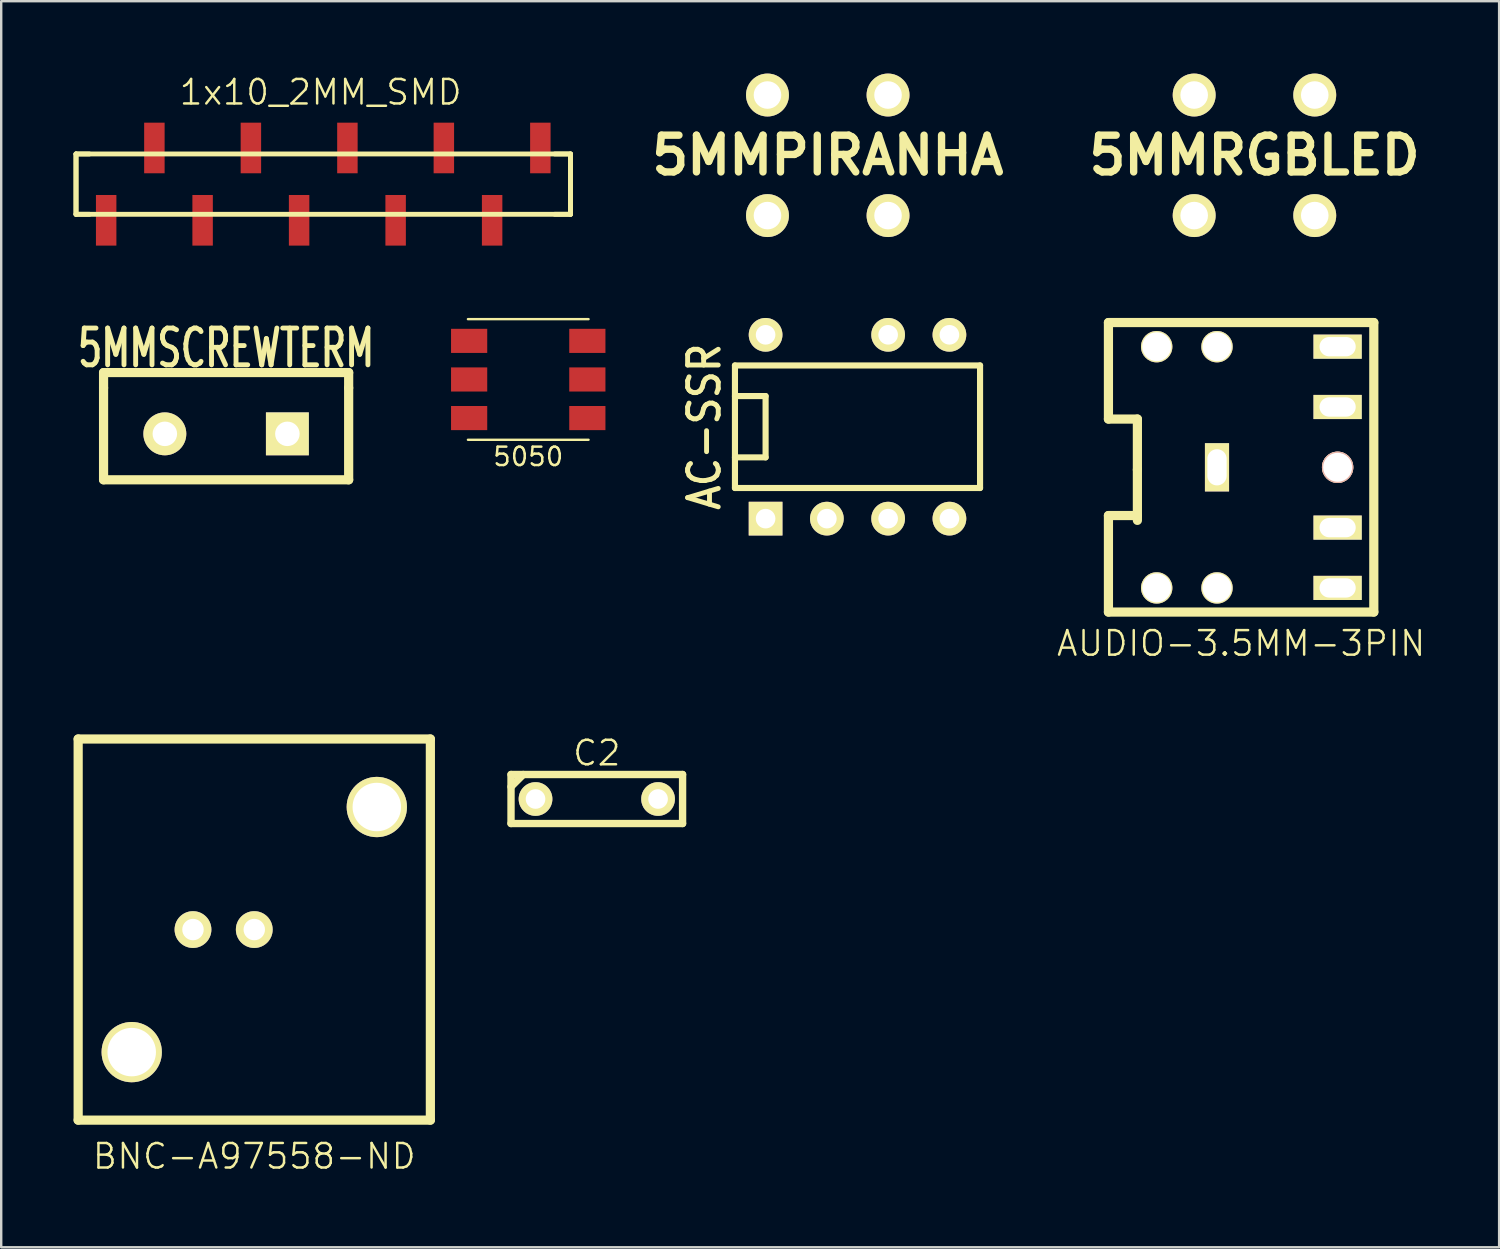
<source format=kicad_pcb>
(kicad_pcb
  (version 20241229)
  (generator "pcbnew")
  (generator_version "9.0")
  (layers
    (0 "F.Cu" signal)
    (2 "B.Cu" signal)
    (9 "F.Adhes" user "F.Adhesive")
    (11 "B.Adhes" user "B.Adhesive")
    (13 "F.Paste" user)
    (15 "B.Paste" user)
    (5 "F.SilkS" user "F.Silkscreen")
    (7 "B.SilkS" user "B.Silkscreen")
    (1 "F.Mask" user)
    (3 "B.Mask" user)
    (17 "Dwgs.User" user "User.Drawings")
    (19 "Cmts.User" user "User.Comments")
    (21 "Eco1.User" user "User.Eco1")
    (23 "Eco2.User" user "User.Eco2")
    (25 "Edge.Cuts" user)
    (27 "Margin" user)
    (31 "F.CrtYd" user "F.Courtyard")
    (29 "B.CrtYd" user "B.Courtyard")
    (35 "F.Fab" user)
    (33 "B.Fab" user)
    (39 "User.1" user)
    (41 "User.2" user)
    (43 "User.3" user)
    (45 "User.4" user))
  (footprint "BNC-A97558-ND"
    (layer "F.Cu")
    (at 7.49 35.483)
    (property "Reference" "BNC-A97558-ND" (at 0 9.398 0) (layer "F.SilkS") (effects (font (size 1.016 1.016) (thickness 0.102))))
    (attr through_hole)
    (fp_line (start -7.3 -7.899) (end 7.3 -7.899) (stroke (width 0.381) (type solid)) (layer "F.SilkS"))
    (fp_line (start -7.3 7.899) (end -7.3 -7.899) (stroke (width 0.381) (type solid)) (layer "F.SilkS"))
    (fp_line (start -7.3 7.899) (end 7.3 7.899) (stroke (width 0.381) (type solid)) (layer "F.SilkS"))
    (fp_line (start 7.3 -7.899) (end 7.3 7.899) (stroke (width 0.381) (type solid)) (layer "F.SilkS"))
    (pad "1" thru_hole circle (at 0 0) (size 1.524 1.524) (drill 0.889) (layers "*.Cu" "*.Mask" "F.SilkS"))
    (pad "2" thru_hole circle (at -2.54 0) (size 1.524 1.524) (drill 0.889) (layers "*.Cu" "*.Mask" "F.SilkS"))
    (pad "Hole" thru_hole circle (at -5.08 5.08) (size 2.499 2.499) (drill 2.009) (layers "*.Cu" "*.Mask" "F.SilkS"))
    (pad "Hole" thru_hole circle (at 5.08 -5.08) (size 2.499 2.499) (drill 2.009) (layers "*.Cu" "*.Mask" "F.SilkS")))
  (footprint "AC-SSR"
    (layer "F.Cu")
    (at 32.496 14.639)
    (property "Reference" "AC-SSR" (at -6.35 0 90) (layer "F.SilkS") (effects (font (size 1.27 1.143) (thickness 0.203))))
    (attr through_hole)
    (fp_line (start -5.08 -2.54) (end 5.08 -2.54) (stroke (width 0.254) (type solid)) (layer "F.SilkS"))
    (fp_line (start -5.08 -1.27) (end -3.81 -1.27) (stroke (width 0.254) (type solid)) (layer "F.SilkS"))
    (fp_line (start -5.08 2.54) (end -5.08 -2.54) (stroke (width 0.254) (type solid)) (layer "F.SilkS"))
    (fp_line (start -3.81 -1.27) (end -3.81 1.27) (stroke (width 0.254) (type solid)) (layer "F.SilkS"))
    (fp_line (start -3.81 1.27) (end -5.08 1.27) (stroke (width 0.254) (type solid)) (layer "F.SilkS"))
    (fp_line (start 5.08 -2.54) (end 5.08 2.54) (stroke (width 0.254) (type solid)) (layer "F.SilkS"))
    (fp_line (start 5.08 2.54) (end -5.08 2.54) (stroke (width 0.254) (type solid)) (layer "F.SilkS"))
    (pad "1" thru_hole rect (at -3.81 3.81) (size 1.397 1.397) (drill 0.813) (layers "*.Cu" "*.Mask" "F.SilkS"))
    (pad "2" thru_hole circle (at -1.27 3.81) (size 1.397 1.397) (drill 0.813) (layers "*.Cu" "*.Mask" "F.SilkS"))
    (pad "3" thru_hole circle (at 1.27 3.81) (size 1.397 1.397) (drill 0.813) (layers "*.Cu" "*.Mask" "F.SilkS"))
    (pad "4" thru_hole circle (at 3.81 3.81) (size 1.397 1.397) (drill 0.813) (layers "*.Cu" "*.Mask" "F.SilkS"))
    (pad "5" thru_hole circle (at 3.81 -3.81) (size 1.397 1.397) (drill 0.813) (layers "*.Cu" "*.Mask" "F.SilkS"))
    (pad "6" thru_hole circle (at 1.27 -3.81) (size 1.397 1.397) (drill 0.813) (layers "*.Cu" "*.Mask" "F.SilkS"))
    (pad "8" thru_hole circle (at -3.81 -3.81) (size 1.397 1.397) (drill 0.813) (layers "*.Cu" "*.Mask" "F.SilkS")))
  (footprint "C2"
    (layer "F.Cu")
    (at 21.689 30.071)
    (property "Reference" "C2" (at 0 -1.905 0) (layer "F.SilkS") (effects (font (size 1.016 1.016) (thickness 0.102))))
    (attr through_hole)
    (fp_line (start -3.556 -1.016) (end 3.556 -1.016) (stroke (width 0.305) (type solid)) (layer "F.SilkS"))
    (fp_line (start -3.556 -0.508) (end -3.048 -1.016) (stroke (width 0.305) (type solid)) (layer "F.SilkS"))
    (fp_line (start -3.556 1.016) (end -3.556 -1.016) (stroke (width 0.305) (type solid)) (layer "F.SilkS"))
    (fp_line (start 3.556 -1.016) (end 3.556 1.016) (stroke (width 0.305) (type solid)) (layer "F.SilkS"))
    (fp_line (start 3.556 1.016) (end -3.556 1.016) (stroke (width 0.305) (type solid)) (layer "F.SilkS"))
    (pad "1" thru_hole circle (at -2.54 0) (size 1.397 1.397) (drill 0.813) (layers "*.Cu" "*.Mask" "F.SilkS"))
    (pad "2" thru_hole circle (at 2.54 0) (size 1.397 1.397) (drill 0.813) (layers "*.Cu" "*.Mask" "F.SilkS")))
  (footprint "5050"
    (layer "F.Cu")
    (at 18.847 12.68)
    (property "Reference" "5050" (at 0 3.2 0) (layer "F.SilkS") (effects (font (size 0.762 0.762) (thickness 0.102))))
    (attr through_hole)
    (fp_line (start -2.5 -2.5) (end 2.5 -2.5) (stroke (width 0.099) (type solid)) (layer "F.SilkS"))
    (fp_line (start -2.5 2.5) (end 2.5 2.5) (stroke (width 0.099) (type solid)) (layer "F.SilkS"))
    (pad "1" smd rect (at -2.45 -1.6) (size 1.5 1) (layers "F.Cu" "F.Mask" "F.Paste"))
    (pad "2" smd rect (at -2.45 0) (size 1.5 1) (layers "F.Cu" "F.Mask" "F.Paste"))
    (pad "3" smd rect (at -2.45 1.6) (size 1.5 1) (layers "F.Cu" "F.Mask" "F.Paste"))
    (pad "4" smd rect (at 2.45 1.6) (size 1.5 1) (layers "F.Cu" "F.Mask" "F.Paste"))
    (pad "5" smd rect (at 2.45 0) (size 1.5 1) (layers "F.Cu" "F.Mask" "F.Paste"))
    (pad "6" smd rect (at 2.45 -1.6) (size 1.5 1) (layers "F.Cu" "F.Mask" "F.Paste")))
  (footprint "5MMPIRANHA"
    (layer "F.Cu")
    (at 31.263 3.388)
    (property "Reference" "5MMPIRANHA" (at 0 0 0) (layer "F.SilkS") (effects (font (size 1.524 1.524) (thickness 0.305))))
    (attr through_hole)
    (pad "1" thru_hole circle (at 2.499 2.499) (size 1.778 1.778) (drill 1.143) (layers "*.Cu" "*.Mask" "F.SilkS"))
    (pad "2" thru_hole circle (at -2.499 2.499) (size 1.778 1.778) (drill 1.143) (layers "*.Cu" "*.Mask" "F.SilkS"))
    (pad "3" thru_hole circle (at -2.499 -2.499) (size 1.778 1.778) (drill 1.143) (layers "*.Cu" "*.Mask" "F.SilkS"))
    (pad "4" thru_hole circle (at 2.499 -2.499) (size 1.778 1.778) (drill 1.143) (layers "*.Cu" "*.Mask" "F.SilkS")))
  (footprint "5MMSCREWTERM"
    (layer "F.Cu")
    (at 6.323 14.934)
    (property "Reference" "5MMSCREWTERM" (at 0 -3.556 0) (layer "F.SilkS") (effects (font (size 1.524 1.016) (thickness 0.203))))
    (attr through_hole)
    (fp_line (start -5.08 -2.54) (end 5.08 -2.54) (stroke (width 0.381) (type solid)) (layer "F.SilkS"))
    (fp_line (start -5.08 -1.905) (end -5.08 -2.54) (stroke (width 0.381) (type solid)) (layer "F.SilkS"))
    (fp_line (start -5.08 1.905) (end -5.08 -1.905) (stroke (width 0.381) (type solid)) (layer "F.SilkS"))
    (fp_line (start 5.08 -2.54) (end 5.08 -1.905) (stroke (width 0.381) (type solid)) (layer "F.SilkS"))
    (fp_line (start 5.08 -1.905) (end 5.08 1.905) (stroke (width 0.381) (type solid)) (layer "F.SilkS"))
    (fp_line (start 5.08 1.905) (end -5.08 1.905) (stroke (width 0.381) (type solid)) (layer "F.SilkS"))
    (pad "1" thru_hole rect (at 2.54 0 270) (size 1.778 1.778) (drill 1.016) (layers "*.Cu" "*.Mask" "F.SilkS"))
    (pad "2" thru_hole circle (at -2.54 0 270) (size 1.778 1.778) (drill 1.016) (layers "*.Cu" "*.Mask" "F.SilkS")))
  (footprint "AUDIO-3.5MM-3PIN"
    (layer "F.Cu")
    (at 47.398 16.321)
    (property "Reference" "AUDIO-3.5MM-3PIN" (at 1 7.3 0) (layer "F.SilkS") (effects (font (size 1.016 1.016) (thickness 0.102))))
    (attr through_hole)
    (fp_line (start -4.5 -2) (end -4.5 -6) (stroke (width 0.381) (type solid)) (layer "F.SilkS"))
    (fp_line (start -4.5 2) (end -4.5 6) (stroke (width 0.381) (type solid)) (layer "F.SilkS"))
    (fp_line (start -4.5 6) (end 6.5 6) (stroke (width 0.381) (type solid)) (layer "F.SilkS"))
    (fp_line (start -3.3 -2) (end -4.5 -2) (stroke (width 0.381) (type solid)) (layer "F.SilkS"))
    (fp_line (start -3.3 0.1) (end -3.3 -2) (stroke (width 0.381) (type solid)) (layer "F.SilkS"))
    (fp_line (start -3.3 0.1) (end -3.3 2.2) (stroke (width 0.381) (type solid)) (layer "F.SilkS"))
    (fp_line (start -3.3 2) (end -4.5 2) (stroke (width 0.381) (type solid)) (layer "F.SilkS"))
    (fp_line (start 6.5 -6) (end -4.5 -6) (stroke (width 0.381) (type solid)) (layer "F.SilkS"))
    (fp_line (start 6.5 6) (end 6.5 -6) (stroke (width 0.381) (type solid)) (layer "F.SilkS"))
    (pad "" thru_hole circle (at -2.5 -5) (size 1.3 1.3) (drill 1.2) (layers "*.Cu" "*.Mask" "F.SilkS"))
    (pad "" thru_hole circle (at -2.5 5) (size 1.3 1.3) (drill 1.2) (layers "*.Cu" "*.Mask" "F.SilkS"))
    (pad "" thru_hole circle (at 0 -5) (size 1.3 1.3) (drill 1.2) (layers "*.Cu" "*.Mask" "F.SilkS"))
    (pad "" thru_hole circle (at 0 5) (size 1.3 1.3) (drill 1.2) (layers "*.Cu" "*.Mask" "F.SilkS"))
    (pad "" thru_hole circle (at 5 0) (size 1.3 1.3) (drill 1.2) (layers "*.Cu" "*.SilkS" "*.Mask"))
    (pad "1" thru_hole rect (at 0 0 90) (size 2 1) (drill oval 1.5 0.8) (layers "*.Cu" "*.Mask" "F.SilkS"))
    (pad "2" thru_hole rect (at 5 5) (size 2 1) (drill oval 1.5 0.8) (layers "*.Cu" "*.Mask" "F.SilkS"))
    (pad "3" thru_hole rect (at 5 -5) (size 2 1) (drill oval 1.5 0.8) (layers "*.Cu" "*.Mask" "F.SilkS"))
    (pad "4" thru_hole rect (at 5 2.5) (size 2 1) (drill oval 1.5 0.8) (layers "*.Cu" "*.Mask" "F.SilkS"))
    (pad "5" thru_hole rect (at 5 -2.5) (size 2 1) (drill oval 1.5 0.8) (layers "*.Cu" "*.Mask" "F.SilkS")))
  (footprint "5MMRGBLED"
    (layer "F.Cu")
    (at 48.951 3.388)
    (property "Reference" "5MMRGBLED" (at 0 0 0) (layer "F.SilkS") (effects (font (size 1.524 1.524) (thickness 0.305))))
    (attr through_hole)
    (pad "1" thru_hole circle (at 2.499 2.499) (size 1.778 1.778) (drill 1.143) (layers "*.Cu" "*.Mask" "F.SilkS"))
    (pad "2" thru_hole circle (at -2.499 2.499) (size 1.778 1.778) (drill 1.143) (layers "*.Cu" "*.Mask" "F.SilkS"))
    (pad "3" thru_hole circle (at -2.499 -2.499) (size 1.778 1.778) (drill 1.143) (layers "*.Cu" "*.Mask" "F.SilkS"))
    (pad "4" thru_hole circle (at 2.499 -2.499) (size 1.778 1.778) (drill 1.143) (layers "*.Cu" "*.Mask" "F.SilkS")))
  (footprint "1x10_2MM_SMD"
    (layer "F.Cu")
    (at 10.241 4.583)
    (property "Reference" "1x10_2MM_SMD" (at 0 -3.81 0) (layer "F.SilkS") (effects (font (size 1.016 1.016) (thickness 0.102))))
    (attr smd)
    (fp_line (start -10.14 -1.25) (end -10.14 1.25) (stroke (width 0.203) (type solid)) (layer "F.SilkS"))
    (fp_line (start -10.14 -1.25) (end -10.14 1.25) (stroke (width 0.203) (type solid)) (layer "F.SilkS"))
    (fp_line (start -10.14 -1.25) (end -9.588 -1.25) (stroke (width 0.203) (type solid)) (layer "F.SilkS"))
    (fp_line (start -10.14 -1.25) (end 10.358 -1.25) (stroke (width 0.203) (type solid)) (layer "F.SilkS"))
    (fp_line (start -10.14 1.25) (end -9.588 1.25) (stroke (width 0.203) (type solid)) (layer "F.SilkS"))
    (fp_line (start 9.708 1.25) (end 10.358 1.25) (stroke (width 0.203) (type solid)) (layer "F.SilkS"))
    (fp_line (start 10.358 -1.25) (end 9.708 -1.25) (stroke (width 0.203) (type solid)) (layer "F.SilkS"))
    (fp_line (start 10.358 -1.25) (end 10.358 1.25) (stroke (width 0.203) (type solid)) (layer "F.SilkS"))
    (fp_line (start 10.358 1.25) (end -10.14 1.25) (stroke (width 0.203) (type solid)) (layer "F.SilkS"))
    (fp_line (start 10.358 1.25) (end 10.358 -1.25) (stroke (width 0.203) (type solid)) (layer "F.SilkS"))
    (pad "1" smd rect (at -8.89 1.499) (size 0.848 2.098) (layers "F.Cu" "F.Mask" "F.Paste"))
    (pad "2" smd rect (at -6.891 -1.499) (size 0.848 2.098) (layers "F.Cu" "F.Mask" "F.Paste"))
    (pad "3" smd rect (at -4.892 1.499) (size 0.848 2.098) (layers "F.Cu" "F.Mask" "F.Paste"))
    (pad "4" smd rect (at -2.891 -1.499) (size 0.848 2.098) (layers "F.Cu" "F.Mask" "F.Paste"))
    (pad "5" smd rect (at -0.892 1.499) (size 0.848 2.098) (layers "F.Cu" "F.Mask" "F.Paste"))
    (pad "6" smd rect (at 1.11 -1.499) (size 0.848 2.098) (layers "F.Cu" "F.Mask" "F.Paste"))
    (pad "7" smd rect (at 3.109 1.499) (size 0.848 2.098) (layers "F.Cu" "F.Mask" "F.Paste"))
    (pad "8" smd rect (at 5.108 -1.499) (size 0.848 2.098) (layers "F.Cu" "F.Mask" "F.Paste"))
    (pad "9" smd rect (at 7.109 1.499) (size 0.848 2.098) (layers "F.Cu" "F.Mask" "F.Paste"))
    (pad "10" smd rect (at 9.108 -1.499) (size 0.848 2.098) (layers "F.Cu" "F.Mask" "F.Paste")))
  (gr_rect
    (start -3 -3)
    (end 59.093 48.654)
    (stroke (width 0.1) (type default))
    (fill no)
    (layer "Edge.Cuts")))
</source>
